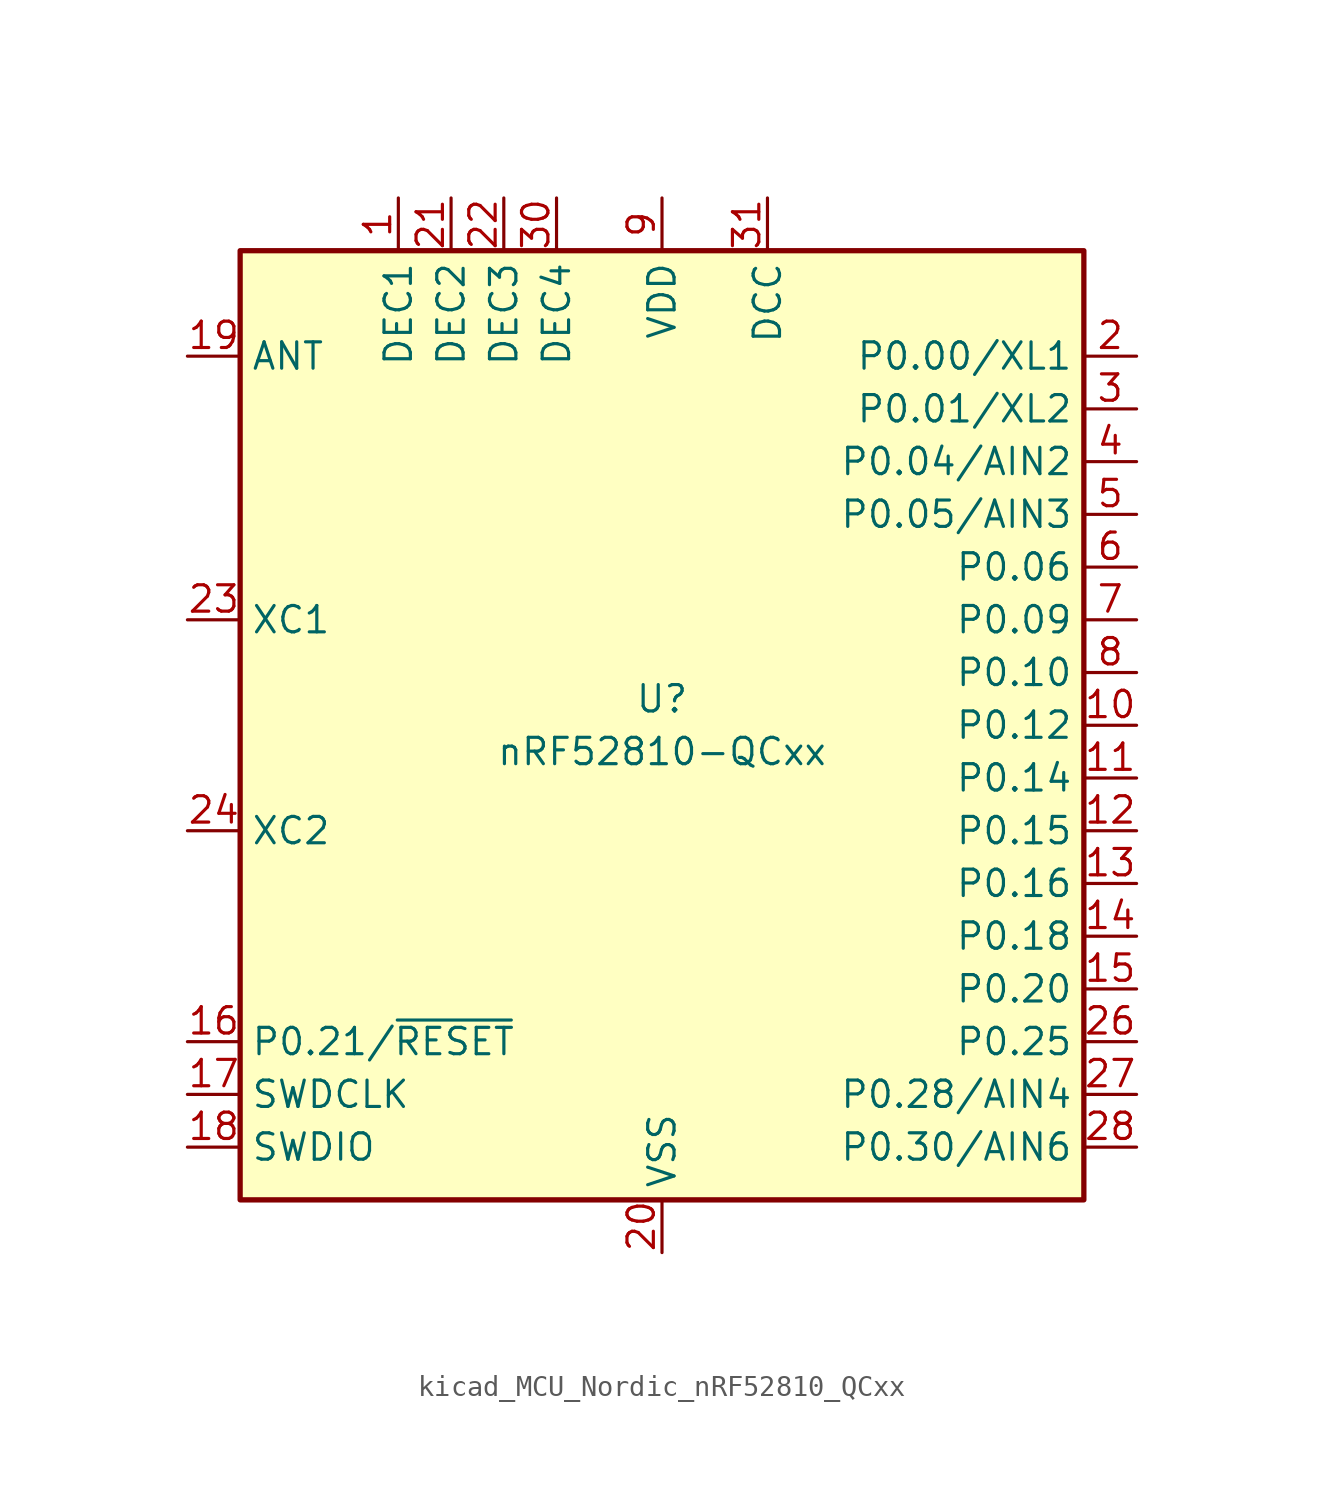
<source format=kicad_sym>
(kicad_symbol_lib
  (version 20220914)
  (generator kicad_symbol_editor)
  (symbol "kicad_MCU_Nordic_nRF52810_QCxx"
    (property "Reference" "U"
      (at 0 1.27 0)
      (effects (font (size 1.27 1.27))))
    (property "Value" "nRF52810-QCxx"
      (at 0 -1.27 0)
      (effects (font (size 1.27 1.27))))
    (symbol "kicad_MCU_Nordic_nRF52810_QCxx_0_1"
      (rectangle (start -20.32 22.86) (end 20.32 -22.86) (stroke (width 0.254) (type default)) (fill (type background))))
    (symbol "kicad_MCU_Nordic_nRF52810_QCxx_1_1"
      (pin passive line (at -12.7 25.4 270) (length 2.54) (name "DEC1" (effects (font (size 1.27 1.27)))) (number "1" (effects (font (size 1.27 1.27)))))
      (pin bidirectional line (at 22.86 0 180) (length 2.54) (name "P0.12" (effects (font (size 1.27 1.27)))) (number "10" (effects (font (size 1.27 1.27)))))
      (pin bidirectional line (at 22.86 -2.54 180) (length 2.54) (name "P0.14" (effects (font (size 1.27 1.27)))) (number "11" (effects (font (size 1.27 1.27)))))
      (pin bidirectional line (at 22.86 -5.08 180) (length 2.54) (name "P0.15" (effects (font (size 1.27 1.27)))) (number "12" (effects (font (size 1.27 1.27)))))
      (pin bidirectional line (at 22.86 -7.62 180) (length 2.54) (name "P0.16" (effects (font (size 1.27 1.27)))) (number "13" (effects (font (size 1.27 1.27)))))
      (pin bidirectional line (at 22.86 -10.16 180) (length 2.54) (name "P0.18" (effects (font (size 1.27 1.27)))) (number "14" (effects (font (size 1.27 1.27)))))
      (pin bidirectional line (at 22.86 -12.7 180) (length 2.54) (name "P0.20" (effects (font (size 1.27 1.27)))) (number "15" (effects (font (size 1.27 1.27)))))
      (pin bidirectional line (at -22.86 -15.24 0) (length 2.54) (name "P0.21/~{RESET}" (effects (font (size 1.27 1.27)))) (number "16" (effects (font (size 1.27 1.27)))))
      (pin input line (at -22.86 -17.78 0) (length 2.54) (name "SWDCLK" (effects (font (size 1.27 1.27)))) (number "17" (effects (font (size 1.27 1.27)))))
      (pin bidirectional line (at -22.86 -20.32 0) (length 2.54) (name "SWDIO" (effects (font (size 1.27 1.27)))) (number "18" (effects (font (size 1.27 1.27)))))
      (pin passive line (at -22.86 17.78 0) (length 2.54) (name "ANT" (effects (font (size 1.27 1.27)))) (number "19" (effects (font (size 1.27 1.27)))))
      (pin bidirectional line (at 22.86 17.78 180) (length 2.54) (name "P0.00/XL1" (effects (font (size 1.27 1.27)))) (number "2" (effects (font (size 1.27 1.27)))))
      (pin power_in line (at 0 -25.4 90) (length 2.54) (name "VSS" (effects (font (size 1.27 1.27)))) (number "20" (effects (font (size 1.27 1.27)))))
      (pin passive line (at -10.16 25.4 270) (length 2.54) (name "DEC2" (effects (font (size 1.27 1.27)))) (number "21" (effects (font (size 1.27 1.27)))))
      (pin passive line (at -7.62 25.4 270) (length 2.54) (name "DEC3" (effects (font (size 1.27 1.27)))) (number "22" (effects (font (size 1.27 1.27)))))
      (pin input line (at -22.86 5.08 0) (length 2.54) (name "XC1" (effects (font (size 1.27 1.27)))) (number "23" (effects (font (size 1.27 1.27)))))
      (pin input line (at -22.86 -5.08 0) (length 2.54) (name "XC2" (effects (font (size 1.27 1.27)))) (number "24" (effects (font (size 1.27 1.27)))))
      (pin passive line (at 0 25.4 270) (length 2.54) hide (name "VDD" (effects (font (size 1.27 1.27)))) (number "25" (effects (font (size 1.27 1.27)))))
      (pin bidirectional line (at 22.86 -15.24 180) (length 2.54) (name "P0.25" (effects (font (size 1.27 1.27)))) (number "26" (effects (font (size 1.27 1.27)))))
      (pin bidirectional line (at 22.86 -17.78 180) (length 2.54) (name "P0.28/AIN4" (effects (font (size 1.27 1.27)))) (number "27" (effects (font (size 1.27 1.27)))))
      (pin bidirectional line (at 22.86 -20.32 180) (length 2.54) (name "P0.30/AIN6" (effects (font (size 1.27 1.27)))) (number "28" (effects (font (size 1.27 1.27)))))
      (pin passive line (at 0 -25.4 90) (length 2.54) hide (name "VSS" (effects (font (size 1.27 1.27)))) (number "29" (effects (font (size 1.27 1.27)))))
      (pin bidirectional line (at 22.86 15.24 180) (length 2.54) (name "P0.01/XL2" (effects (font (size 1.27 1.27)))) (number "3" (effects (font (size 1.27 1.27)))))
      (pin passive line (at -5.08 25.4 270) (length 2.54) (name "DEC4" (effects (font (size 1.27 1.27)))) (number "30" (effects (font (size 1.27 1.27)))))
      (pin power_out line (at 5.08 25.4 270) (length 2.54) (name "DCC" (effects (font (size 1.27 1.27)))) (number "31" (effects (font (size 1.27 1.27)))))
      (pin passive line (at 0 25.4 270) (length 2.54) hide (name "VDD" (effects (font (size 1.27 1.27)))) (number "32" (effects (font (size 1.27 1.27)))))
      (pin passive line (at 0 -25.4 90) (length 2.54) hide (name "VSS" (effects (font (size 1.27 1.27)))) (number "33" (effects (font (size 1.27 1.27)))))
      (pin bidirectional line (at 22.86 12.7 180) (length 2.54) (name "P0.04/AIN2" (effects (font (size 1.27 1.27)))) (number "4" (effects (font (size 1.27 1.27)))))
      (pin bidirectional line (at 22.86 10.16 180) (length 2.54) (name "P0.05/AIN3" (effects (font (size 1.27 1.27)))) (number "5" (effects (font (size 1.27 1.27)))))
      (pin bidirectional line (at 22.86 7.62 180) (length 2.54) (name "P0.06" (effects (font (size 1.27 1.27)))) (number "6" (effects (font (size 1.27 1.27)))))
      (pin bidirectional line (at 22.86 5.08 180) (length 2.54) (name "P0.09" (effects (font (size 1.27 1.27)))) (number "7" (effects (font (size 1.27 1.27)))))
      (pin bidirectional line (at 22.86 2.54 180) (length 2.54) (name "P0.10" (effects (font (size 1.27 1.27)))) (number "8" (effects (font (size 1.27 1.27)))))
      (pin power_in line (at 0 25.4 270) (length 2.54) (name "VDD" (effects (font (size 1.27 1.27)))) (number "9" (effects (font (size 1.27 1.27))))))))
</source>
